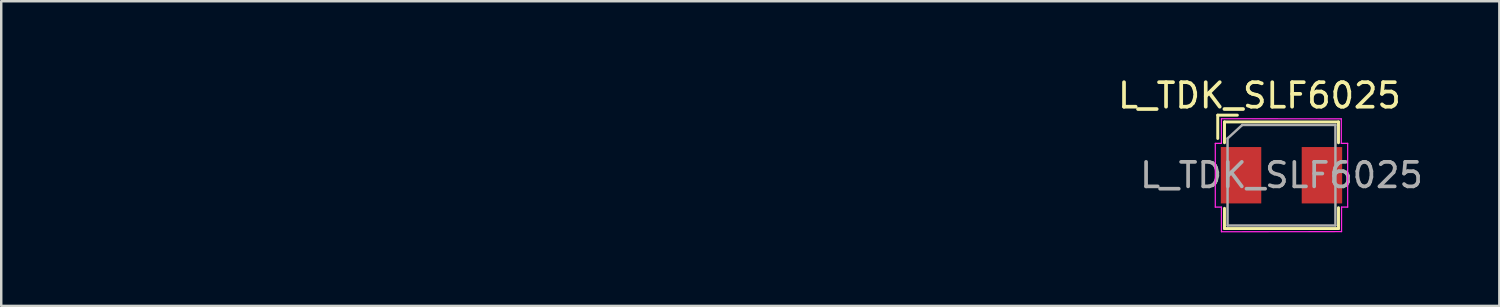
<source format=kicad_pcb>
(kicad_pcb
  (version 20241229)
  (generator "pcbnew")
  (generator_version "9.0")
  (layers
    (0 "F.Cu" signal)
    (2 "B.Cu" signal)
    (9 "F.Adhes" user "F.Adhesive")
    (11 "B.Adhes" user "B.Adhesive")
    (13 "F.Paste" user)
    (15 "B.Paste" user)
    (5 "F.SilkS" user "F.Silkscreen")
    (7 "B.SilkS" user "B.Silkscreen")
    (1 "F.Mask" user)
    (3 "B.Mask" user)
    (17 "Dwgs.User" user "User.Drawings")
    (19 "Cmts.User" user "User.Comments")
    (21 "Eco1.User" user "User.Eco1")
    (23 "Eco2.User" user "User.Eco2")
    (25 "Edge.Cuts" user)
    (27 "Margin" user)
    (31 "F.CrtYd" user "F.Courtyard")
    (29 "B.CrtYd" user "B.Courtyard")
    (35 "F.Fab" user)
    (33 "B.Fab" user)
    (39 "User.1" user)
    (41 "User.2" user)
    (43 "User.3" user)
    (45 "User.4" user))
  (footprint "L_TDK_SLF6025"
    (layer "F.Cu")
    (at 49.225 4.098)
    (property "Reference" "L_TDK_SLF6025" (at -0.9 -3.25 0) (layer "F.SilkS") (effects (font (size 1 1) (thickness 0.15))))
    (attr smd)
    (fp_line (start -2.6 -2.45) (end -1.8 -2.45) (stroke (width 0.12) (type solid)) (layer "F.SilkS"))
    (fp_line (start -2.6 -1.5) (end -2.6 -2.45) (stroke (width 0.12) (type solid)) (layer "F.SilkS"))
    (fp_line (start -2.325 -2.175) (end -2.325 -1.325) (stroke (width 0.12) (type solid)) (layer "F.SilkS"))
    (fp_line (start -2.325 -2.175) (end 2.325 -2.175) (stroke (width 0.12) (type solid)) (layer "F.SilkS"))
    (fp_line (start -2.325 1.35) (end -2.325 2.175) (stroke (width 0.12) (type solid)) (layer "F.SilkS"))
    (fp_line (start -2.325 2.175) (end 2.325 2.175) (stroke (width 0.12) (type solid)) (layer "F.SilkS"))
    (fp_line (start 2.325 -2.175) (end 2.325 -1.325) (stroke (width 0.12) (type solid)) (layer "F.SilkS"))
    (fp_line (start 2.325 1.325) (end 2.325 2.175) (stroke (width 0.12) (type solid)) (layer "F.SilkS"))
    (fp_line (start -2.7 -1.3) (end -2.7 1.3) (stroke (width 0.05) (type solid)) (layer "F.CrtYd"))
    (fp_line (start -2.7 1.3) (end -2.45 1.3) (stroke (width 0.05) (type solid)) (layer "F.CrtYd"))
    (fp_line (start -2.45 -2.305) (end -2.45 -1.3) (stroke (width 0.05) (type solid)) (layer "F.CrtYd"))
    (fp_line (start -2.45 -2.305) (end 2.44 -2.3) (stroke (width 0.05) (type solid)) (layer "F.CrtYd"))
    (fp_line (start -2.45 -1.3) (end -2.7 -1.3) (stroke (width 0.05) (type solid)) (layer "F.CrtYd"))
    (fp_line (start -2.45 1.3) (end -2.45 2.305) (stroke (width 0.05) (type solid)) (layer "F.CrtYd"))
    (fp_line (start -2.45 2.305) (end 2.45 2.3) (stroke (width 0.05) (type solid)) (layer "F.CrtYd"))
    (fp_line (start 2.44 -2.3) (end 2.44 -1.3) (stroke (width 0.05) (type solid)) (layer "F.CrtYd"))
    (fp_line (start 2.44 -1.3) (end 2.7 -1.3) (stroke (width 0.05) (type solid)) (layer "F.CrtYd"))
    (fp_line (start 2.45 1.3) (end 2.45 2.3) (stroke (width 0.05) (type solid)) (layer "F.CrtYd"))
    (fp_line (start 2.7 -1.3) (end 2.7 1.3) (stroke (width 0.05) (type solid)) (layer "F.CrtYd"))
    (fp_line (start 2.7 1.3) (end 2.45 1.3) (stroke (width 0.05) (type solid)) (layer "F.CrtYd"))
    (fp_line (start -2.2 2.05) (end -2.2 -1.5) (stroke (width 0.1) (type solid)) (layer "F.Fab"))
    (fp_line (start -1.6 -2.05) (end -2.2 -1.5) (stroke (width 0.1) (type solid)) (layer "F.Fab"))
    (fp_line (start -1.6 -2.05) (end 2.2 -2.05) (stroke (width 0.1) (type solid)) (layer "F.Fab"))
    (fp_line (start 2.2 -2.05) (end 2.2 2.05) (stroke (width 0.1) (type solid)) (layer "F.Fab"))
    (fp_line (start 2.2 2.05) (end -2.2 2.05) (stroke (width 0.1) (type solid)) (layer "F.Fab"))
    (fp_text user "" (at -49 0.05 0) (layer "F.SilkS") (effects (font (size 3 3) (thickness 0.15))))
    (fp_text user "${REFERENCE}" (at 0 0 0) (layer "F.Fab") (effects (font (size 1 1) (thickness 0.15))))
    (pad "1" smd rect (at -1.65 0) (size 1.65 2.3) (layers "F.Cu" "F.Mask" "F.Paste"))
    (pad "2" smd rect (at 1.65 0) (size 1.65 2.3) (layers "F.Cu" "F.Mask" "F.Paste")))
  (gr_rect
    (start -3 -3)
    (end 58.112 9.428)
    (stroke (width 0.1) (type default))
    (fill no)
    (layer "Edge.Cuts")))
</source>
